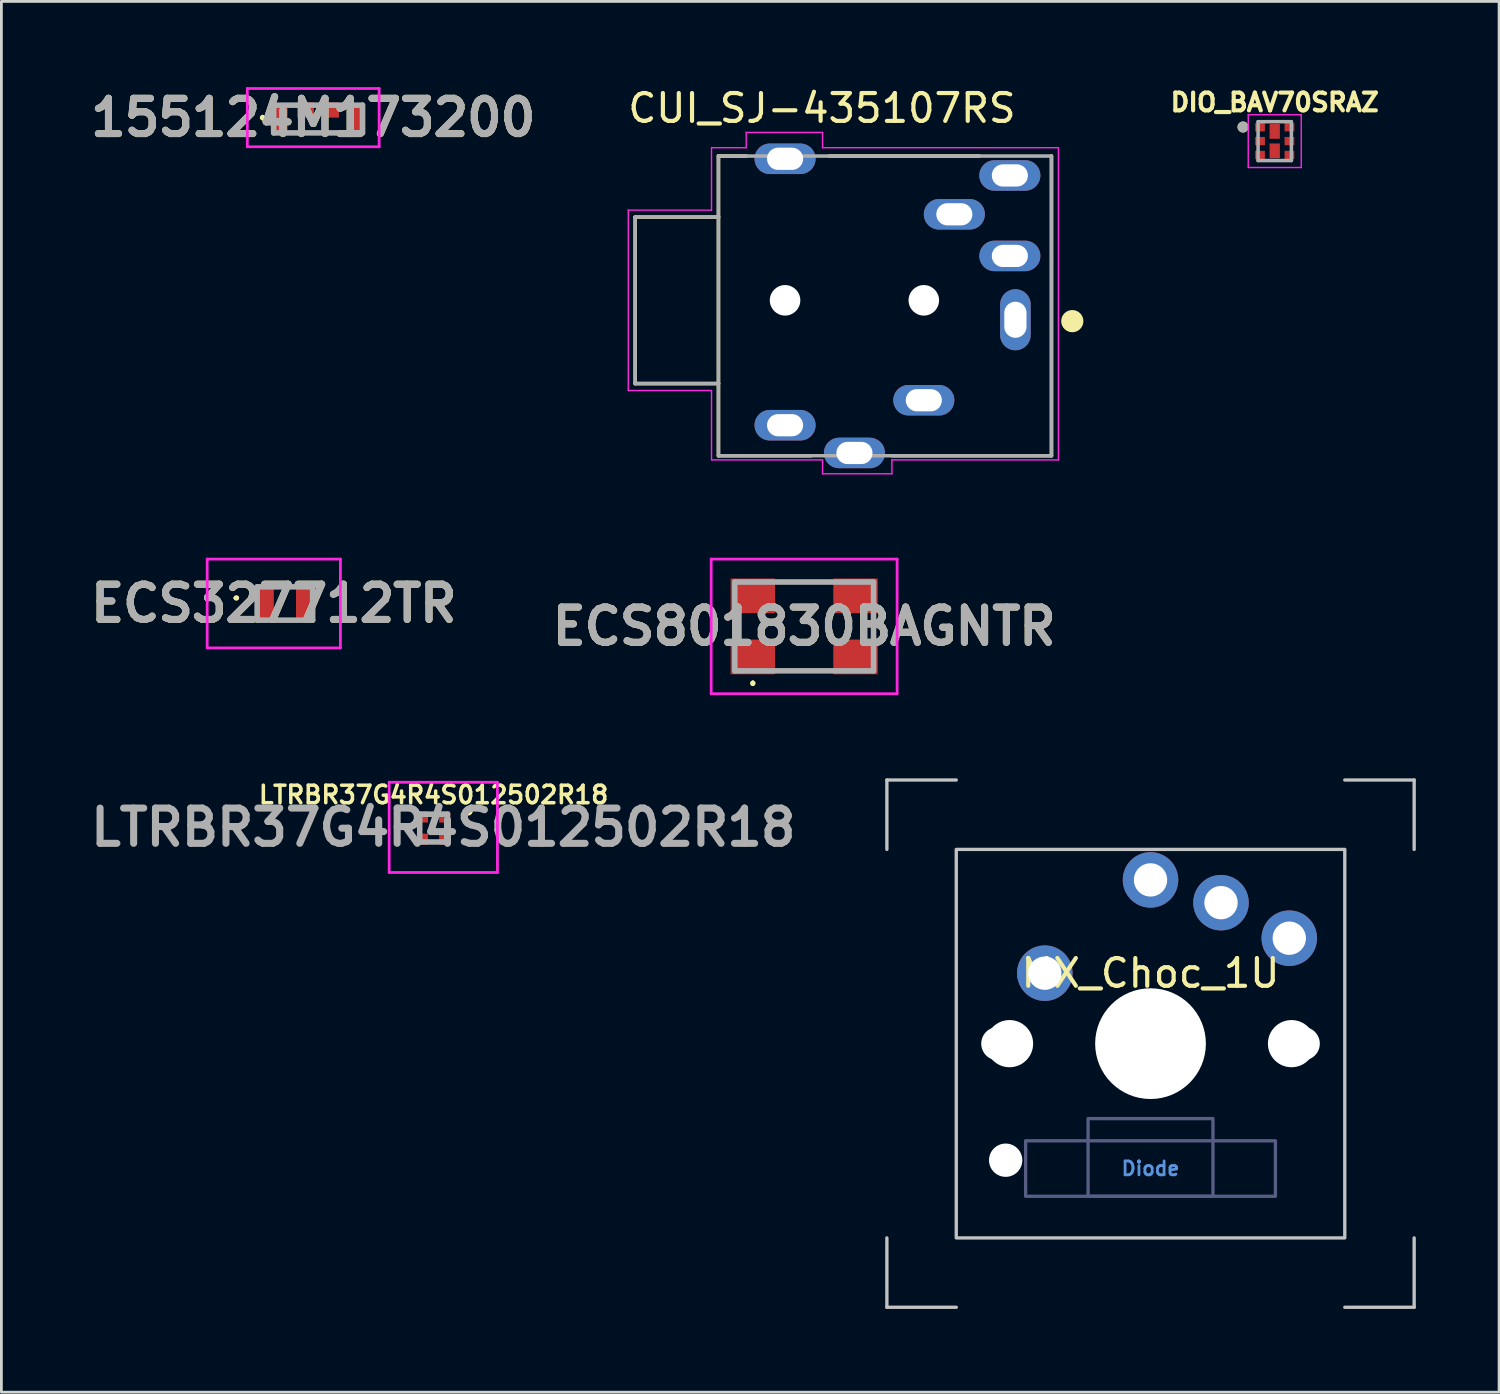
<source format=kicad_pcb>
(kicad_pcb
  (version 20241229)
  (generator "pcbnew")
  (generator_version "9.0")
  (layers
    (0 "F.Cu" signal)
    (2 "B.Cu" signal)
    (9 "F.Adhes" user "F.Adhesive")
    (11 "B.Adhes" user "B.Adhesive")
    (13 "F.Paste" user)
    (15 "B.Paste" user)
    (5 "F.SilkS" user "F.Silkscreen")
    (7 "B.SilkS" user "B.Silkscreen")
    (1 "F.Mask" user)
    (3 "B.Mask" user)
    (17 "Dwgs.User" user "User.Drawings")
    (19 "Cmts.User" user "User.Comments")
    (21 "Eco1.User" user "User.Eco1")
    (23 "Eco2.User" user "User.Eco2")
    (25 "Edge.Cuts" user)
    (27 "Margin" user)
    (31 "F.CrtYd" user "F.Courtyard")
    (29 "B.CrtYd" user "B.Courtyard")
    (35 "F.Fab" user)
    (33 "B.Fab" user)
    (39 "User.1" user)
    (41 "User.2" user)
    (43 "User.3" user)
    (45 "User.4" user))
  (footprint "DIO_BAV70SRAZ"
    (layer "F.Cu")
    (at 42.884 2.035)
    (property "Reference" "DIO_BAV70SRAZ" (at 0 -1.397 0) (layer "F.SilkS") (effects (font (size 0.64 0.64) (thickness 0.15))))
    (attr through_hole)
    (fp_poly (pts (xy -0.705 -0.65) (xy -0.355 -0.65) (xy -0.355 -0.35) (xy -0.705 -0.35)) (stroke (width 0.01) (type solid)) (fill yes) (layer "F.Mask"))
    (fp_poly (pts (xy -0.705 -0.15) (xy -0.355 -0.15) (xy -0.355 0.15) (xy -0.705 0.15)) (stroke (width 0.01) (type solid)) (fill yes) (layer "F.Mask"))
    (fp_poly (pts (xy -0.705 0.35) (xy -0.355 0.35) (xy -0.355 0.65) (xy -0.705 0.65)) (stroke (width 0.01) (type solid)) (fill yes) (layer "F.Mask"))
    (fp_poly (pts (xy -0.185 -0.615) (xy 0.185 -0.615) (xy 0.185 -0.085) (xy -0.185 -0.085)) (stroke (width 0.01) (type solid)) (fill yes) (layer "F.Mask"))
    (fp_poly (pts (xy -0.185 0.085) (xy 0.185 0.085) (xy 0.185 0.615) (xy -0.185 0.615)) (stroke (width 0.01) (type solid)) (fill yes) (layer "F.Mask"))
    (fp_poly (pts (xy 0.355 -0.65) (xy 0.705 -0.65) (xy 0.705 -0.35) (xy 0.355 -0.35)) (stroke (width 0.01) (type solid)) (fill yes) (layer "F.Mask"))
    (fp_poly (pts (xy 0.355 -0.15) (xy 0.705 -0.15) (xy 0.705 0.15) (xy 0.355 0.15)) (stroke (width 0.01) (type solid)) (fill yes) (layer "F.Mask"))
    (fp_poly (pts (xy 0.355 0.35) (xy 0.705 0.35) (xy 0.705 0.65) (xy 0.355 0.65)) (stroke (width 0.01) (type solid)) (fill yes) (layer "F.Mask"))
    (fp_circle (center -1.143 -0.508) (end -1.043 -0.508) (stroke (width 0.2) (type solid)) (fill no) (layer "F.SilkS"))
    (fp_poly (pts (xy -0.68 -0.625) (xy -0.38 -0.625) (xy -0.38 -0.375) (xy -0.68 -0.375)) (stroke (width 0.01) (type solid)) (fill yes) (layer "F.Paste"))
    (fp_poly (pts (xy -0.68 -0.125) (xy -0.38 -0.125) (xy -0.38 0.125) (xy -0.68 0.125)) (stroke (width 0.01) (type solid)) (fill yes) (layer "F.Paste"))
    (fp_poly (pts (xy -0.68 0.375) (xy -0.38 0.375) (xy -0.38 0.625) (xy -0.68 0.625)) (stroke (width 0.01) (type solid)) (fill yes) (layer "F.Paste"))
    (fp_poly (pts (xy -0.135 -0.565) (xy 0.135 -0.565) (xy 0.135 -0.135) (xy -0.135 -0.135)) (stroke (width 0.01) (type solid)) (fill yes) (layer "F.Paste"))
    (fp_poly (pts (xy -0.135 0.135) (xy 0.135 0.135) (xy 0.135 0.565) (xy -0.135 0.565)) (stroke (width 0.01) (type solid)) (fill yes) (layer "F.Paste"))
    (fp_poly (pts (xy 0.38 -0.625) (xy 0.68 -0.625) (xy 0.68 -0.375) (xy 0.38 -0.375)) (stroke (width 0.01) (type solid)) (fill yes) (layer "F.Paste"))
    (fp_poly (pts (xy 0.38 -0.125) (xy 0.68 -0.125) (xy 0.68 0.125) (xy 0.38 0.125)) (stroke (width 0.01) (type solid)) (fill yes) (layer "F.Paste"))
    (fp_poly (pts (xy 0.38 0.375) (xy 0.68 0.375) (xy 0.68 0.625) (xy 0.38 0.625)) (stroke (width 0.01) (type solid)) (fill yes) (layer "F.Paste"))
    (fp_line (start -0.955 -0.95) (end -0.955 0.95) (stroke (width 0.05) (type solid)) (layer "F.CrtYd"))
    (fp_line (start -0.955 0.95) (end 0.955 0.95) (stroke (width 0.05) (type solid)) (layer "F.CrtYd"))
    (fp_line (start 0.955 -0.95) (end -0.955 -0.95) (stroke (width 0.05) (type solid)) (layer "F.CrtYd"))
    (fp_line (start 0.955 0.95) (end 0.955 -0.95) (stroke (width 0.05) (type solid)) (layer "F.CrtYd"))
    (fp_line (start -0.6 -0.7) (end -0.6 0.7) (stroke (width 0.127) (type solid)) (layer "F.Fab"))
    (fp_line (start -0.6 0.7) (end 0.6 0.7) (stroke (width 0.127) (type solid)) (layer "F.Fab"))
    (fp_line (start 0.6 -0.7) (end -0.6 -0.7) (stroke (width 0.127) (type solid)) (layer "F.Fab"))
    (fp_line (start 0.6 0.7) (end 0.6 -0.7) (stroke (width 0.127) (type solid)) (layer "F.Fab"))
    (fp_circle (center -1.143 -0.508) (end -1.043 -0.508) (stroke (width 0.2) (type solid)) (fill no) (layer "F.Fab"))
    (pad "1" smd rect (at -0.53 -0.5) (size 0.35 0.3) (layers "F.Cu"))
    (pad "2" smd rect (at -0.53 0) (size 0.35 0.3) (layers "F.Cu"))
    (pad "3" smd rect (at -0.53 0.5) (size 0.35 0.3) (layers "F.Cu"))
    (pad "4" smd rect (at 0.53 0.5) (size 0.35 0.3) (layers "F.Cu"))
    (pad "5" smd rect (at 0.53 0) (size 0.35 0.3) (layers "F.Cu"))
    (pad "6" smd rect (at 0.53 -0.5) (size 0.35 0.3) (layers "F.Cu"))
    (pad "7" smd rect (at 0 -0.35) (size 0.37 0.53) (layers "F.Cu"))
    (pad "8" smd rect (at 0 0.35) (size 0.37 0.53) (layers "F.Cu")))
  (footprint "MX_Choc_1U"
    (layer "F.Cu")
    (at 38.408 34.557)
    (property "Reference" "MX_Choc_1U" (at 0 -2.54 0) (unlocked yes) (layer "F.SilkS") (effects (font (size 1 1) (thickness 0.15))))
    (attr through_hole)
    (fp_line (start -9.5 -9.5) (end -9.5 -7) (stroke (width 0.12) (type solid)) (layer "Dwgs.User"))
    (fp_line (start -9.5 -9.5) (end -7 -9.5) (stroke (width 0.12) (type solid)) (layer "Dwgs.User"))
    (fp_line (start -9.5 7) (end -9.5 9.5) (stroke (width 0.12) (type solid)) (layer "Dwgs.User"))
    (fp_line (start -9.5 9.5) (end -7 9.5) (stroke (width 0.12) (type solid)) (layer "Dwgs.User"))
    (fp_line (start 7 -9.5) (end 9.5 -9.5) (stroke (width 0.12) (type solid)) (layer "Dwgs.User"))
    (fp_line (start 7 9.5) (end 9.5 9.5) (stroke (width 0.12) (type solid)) (layer "Dwgs.User"))
    (fp_line (start 9.5 -9.5) (end 9.5 -7) (stroke (width 0.12) (type solid)) (layer "Dwgs.User"))
    (fp_line (start 9.5 7) (end 9.5 9.5) (stroke (width 0.12) (type solid)) (layer "Dwgs.User"))
    (fp_rect (start -7 -7) (end 7 7) (stroke (width 0.12) (type solid)) (fill no) (layer "Dwgs.User"))
    (fp_rect (start -4.5 3.5) (end 4.5 5.5) (stroke (width 0.12) (type solid)) (fill no) (layer "B.Fab"))
    (fp_rect (start -2.25 2.7) (end 2.25 5.5) (stroke (width 0.12) (type solid)) (fill no) (layer "B.Fab"))
    (fp_text user "Diode" (at 0 4.5 0) (unlocked yes) (layer "Cmts.User") (effects (font (size 0.5 0.5) (thickness 0.1))))
    (pad "" np_thru_hole circle (at -5.5 0) (size 1.2 1.2) (drill 1.2) (layers "*.Cu" "*.Mask"))
    (pad "" np_thru_hole circle (at -5.22 4.2) (size 1.2 1.2) (drill 1.2) (layers "*.Cu" "*.Mask"))
    (pad "" np_thru_hole circle (at -5.08 0) (size 1.7 1.7) (drill 1.7) (layers "*.Cu" "*.Mask"))
    (pad "" np_thru_hole circle (at 0 0) (size 3.99 3.99) (drill 3.99) (layers "*.Cu" "*.Mask"))
    (pad "" np_thru_hole circle (at 5.08 0) (size 1.7 1.7) (drill 1.7) (layers "*.Cu" "*.Mask"))
    (pad "" np_thru_hole circle (at 5.5 0) (size 1.2 1.2) (drill 1.2) (layers "*.Cu" "*.Mask"))
    (pad "1" thru_hole circle (at 2.54 -5.08) (size 2 2) (drill 1.2) (layers "*.Cu" "*.Mask"))
    (pad "1" thru_hole circle (at 5 -3.8) (size 2 2) (drill 1.2) (layers "*.Cu" "*.Mask"))
    (pad "2" thru_hole circle (at -3.81 -2.54) (size 2 2) (drill 1.2) (layers "*.Cu" "*.Mask"))
    (pad "2" thru_hole circle (at 0 -5.9) (size 2 2) (drill 1.2) (layers "*.Cu" "*.Mask")))
  (footprint "ECS327712TR"
    (layer "F.Cu")
    (at 7.216 18.697)
    (property "Reference" "ECS327712TR" (at -0.4 0 0) (layer "F.SilkS") (effects (font (size 1.27 1.27) (thickness 0.254))))
    (attr smd)
    (fp_line (start -1.8 -0.2) (end -1.8 -0.2) (stroke (width 0.1) (type solid)) (layer "F.SilkS"))
    (fp_line (start -1.7 -0.2) (end -1.7 -0.2) (stroke (width 0.1) (type solid)) (layer "F.SilkS"))
    (fp_line (start -0.2 -0.6) (end 0.2 -0.6) (stroke (width 0.1) (type solid)) (layer "F.SilkS"))
    (fp_line (start -0.2 0.6) (end 0.2 0.6) (stroke (width 0.1) (type solid)) (layer "F.SilkS"))
    (fp_arc (start -1.8 -0.2) (mid -1.75 -0.25) (end -1.7 -0.2) (stroke (width 0.1) (type solid)) (layer "F.SilkS"))
    (fp_arc (start -1.7 -0.2) (mid -1.75 -0.15) (end -1.8 -0.2) (stroke (width 0.1) (type solid)) (layer "F.SilkS"))
    (fp_line (start -2.8 -1.6) (end 2 -1.6) (stroke (width 0.1) (type solid)) (layer "F.CrtYd"))
    (fp_line (start -2.8 1.6) (end -2.8 -1.6) (stroke (width 0.1) (type solid)) (layer "F.CrtYd"))
    (fp_line (start 2 -1.6) (end 2 1.6) (stroke (width 0.1) (type solid)) (layer "F.CrtYd"))
    (fp_line (start 2 1.6) (end -2.8 1.6) (stroke (width 0.1) (type solid)) (layer "F.CrtYd"))
    (fp_line (start -1 -0.6) (end 1 -0.6) (stroke (width 0.2) (type solid)) (layer "F.Fab"))
    (fp_line (start -1 0.6) (end -1 -0.6) (stroke (width 0.2) (type solid)) (layer "F.Fab"))
    (fp_line (start 1 -0.6) (end 1 0.6) (stroke (width 0.2) (type solid)) (layer "F.Fab"))
    (fp_line (start 1 0.6) (end -1 0.6) (stroke (width 0.2) (type solid)) (layer "F.Fab"))
    (fp_text user "${REFERENCE}" (at -0.4 0 0) (layer "F.Fab") (effects (font (size 1.27 1.27) (thickness 0.254))))
    (pad "1" smd rect (at -0.7 0) (size 0.6 1.1) (layers "F.Cu" "F.Mask" "F.Paste"))
    (pad "2" smd rect (at 0.7 0) (size 0.6 1.1) (layers "F.Cu" "F.Mask" "F.Paste")))
  (footprint "LTRBR37G4R4S012502R18"
    (layer "F.Cu")
    (at 12.574 26.789)
    (property "Reference" "LTRBR37G4R4S012502R18" (at 0 -1.2 180) (layer "F.SilkS") (effects (font (size 0.63 0.63) (thickness 0.127))))
    (attr smd)
    (fp_line (start 1.2 -0.6) (end 1.2 -0.6) (stroke (width 0.2) (type solid)) (layer "F.SilkS"))
    (fp_line (start 1.3 -0.6) (end 1.3 -0.6) (stroke (width 0.2) (type solid)) (layer "F.SilkS"))
    (fp_arc (start 1.2 -0.6) (mid 1.25 -0.65) (end 1.3 -0.6) (stroke (width 0.2) (type solid)) (layer "F.SilkS"))
    (fp_arc (start 1.3 -0.6) (mid 1.25 -0.55) (end 1.2 -0.6) (stroke (width 0.2) (type solid)) (layer "F.SilkS"))
    (fp_line (start -1.6 -1.65) (end 2.3 -1.65) (stroke (width 0.1) (type solid)) (layer "F.CrtYd"))
    (fp_line (start -1.6 1.6) (end -1.6 -1.65) (stroke (width 0.1) (type solid)) (layer "F.CrtYd"))
    (fp_line (start 2.3 -1.65) (end 2.3 1.6) (stroke (width 0.1) (type solid)) (layer "F.CrtYd"))
    (fp_line (start 2.3 1.6) (end -1.6 1.6) (stroke (width 0.1) (type solid)) (layer "F.CrtYd"))
    (fp_line (start -0.5 -0.5) (end 0.5 -0.5) (stroke (width 0.2) (type solid)) (layer "F.Fab"))
    (fp_line (start -0.5 0.5) (end -0.5 -0.5) (stroke (width 0.2) (type solid)) (layer "F.Fab"))
    (fp_line (start 0.5 -0.5) (end 0.5 0.5) (stroke (width 0.2) (type solid)) (layer "F.Fab"))
    (fp_line (start 0.5 0.5) (end -0.5 0.5) (stroke (width 0.2) (type solid)) (layer "F.Fab"))
    (fp_text user "${REFERENCE}" (at 0.35 -0.025 0) (layer "F.Fab") (effects (font (size 1.27 1.27) (thickness 0.254))))
    (pad "1" smd rect (at 0.4 -0.4) (size 0.4 0.4) (layers "F.Cu" "F.Mask" "F.Paste"))
    (pad "2" smd rect (at -0.4 0.4) (size 0.4 0.4) (layers "F.Cu" "F.Mask" "F.Paste"))
    (pad "3" smd rect (at 0.4 0.4) (size 0.4 0.4) (layers "F.Cu" "F.Mask" "F.Paste"))
    (pad "4" smd rect (at -0.4 -0.4) (size 0.4 0.4) (layers "F.Cu" "F.Mask" "F.Paste")))
  (footprint "ECS801830BAGNTR"
    (layer "F.Cu")
    (at 25.927 19.522)
    (property "Reference" "ECS801830BAGNTR" (at 0 0 0) (layer "F.SilkS") (effects (font (size 1.27 1.27) (thickness 0.254))))
    (attr smd)
    (fp_line (start -1.85 2) (end -1.85 2) (stroke (width 0.1) (type solid)) (layer "F.SilkS"))
    (fp_line (start -1.85 2.1) (end -1.85 2.1) (stroke (width 0.1) (type solid)) (layer "F.SilkS"))
    (fp_line (start -0.5 -1.6) (end 0.5 -1.6) (stroke (width 0.1) (type solid)) (layer "F.SilkS"))
    (fp_line (start -0.5 1.6) (end 0.5 1.6) (stroke (width 0.1) (type solid)) (layer "F.SilkS"))
    (fp_arc (start -1.85 2) (mid -1.8 2.05) (end -1.85 2.1) (stroke (width 0.1) (type solid)) (layer "F.SilkS"))
    (fp_arc (start -1.85 2.1) (mid -1.9 2.05) (end -1.85 2) (stroke (width 0.1) (type solid)) (layer "F.SilkS"))
    (fp_line (start -3.35 -2.425) (end 3.35 -2.425) (stroke (width 0.1) (type solid)) (layer "F.CrtYd"))
    (fp_line (start -3.35 2.425) (end -3.35 -2.425) (stroke (width 0.1) (type solid)) (layer "F.CrtYd"))
    (fp_line (start 3.35 -2.425) (end 3.35 2.425) (stroke (width 0.1) (type solid)) (layer "F.CrtYd"))
    (fp_line (start 3.35 2.425) (end -3.35 2.425) (stroke (width 0.1) (type solid)) (layer "F.CrtYd"))
    (fp_line (start -2.5 -1.6) (end 2.5 -1.6) (stroke (width 0.2) (type solid)) (layer "F.Fab"))
    (fp_line (start -2.5 1.6) (end -2.5 -1.6) (stroke (width 0.2) (type solid)) (layer "F.Fab"))
    (fp_line (start 2.5 -1.6) (end 2.5 1.6) (stroke (width 0.2) (type solid)) (layer "F.Fab"))
    (fp_line (start 2.5 1.6) (end -2.5 1.6) (stroke (width 0.2) (type solid)) (layer "F.Fab"))
    (fp_text user "${REFERENCE}" (at 0 0 0) (layer "F.Fab") (effects (font (size 1.27 1.27) (thickness 0.254))))
    (pad "1" smd rect (at -1.85 1.1 90) (size 1.25 1.6) (layers "F.Cu" "F.Mask" "F.Paste"))
    (pad "2" smd rect (at 1.85 1.1 90) (size 1.25 1.6) (layers "F.Cu" "F.Mask" "F.Paste"))
    (pad "3" smd rect (at 1.85 -1.1 90) (size 1.25 1.6) (layers "F.Cu" "F.Mask" "F.Paste"))
    (pad "4" smd rect (at -1.85 -1.1 90) (size 1.25 1.6) (layers "F.Cu" "F.Mask" "F.Paste")))
  (footprint "155124M173200"
    (layer "F.Cu")
    (at 8.412 1.239)
    (property "Reference" "155124M173200" (at -0.175 -0.05 0) (layer "F.SilkS") (effects (font (size 1.27 1.27) (thickness 0.254))))
    (attr smd)
    (fp_line (start -2 -0.1) (end -2 -0.1) (stroke (width 0.1) (type solid)) (layer "F.SilkS"))
    (fp_line (start -2 0) (end -2 0) (stroke (width 0.1) (type solid)) (layer "F.SilkS"))
    (fp_line (start -0.8 0.5) (end 0.8 0.5) (stroke (width 0.1) (type solid)) (layer "F.SilkS"))
    (fp_arc (start -2 -0.1) (mid -1.95 -0.05) (end -2 0) (stroke (width 0.1) (type solid)) (layer "F.SilkS"))
    (fp_arc (start -2 0) (mid -2.05 -0.05) (end -2 -0.1) (stroke (width 0.1) (type solid)) (layer "F.SilkS"))
    (fp_line (start -2.55 -1.1) (end 2.2 -1.1) (stroke (width 0.1) (type solid)) (layer "F.CrtYd"))
    (fp_line (start -2.55 1) (end -2.55 -1.1) (stroke (width 0.1) (type solid)) (layer "F.CrtYd"))
    (fp_line (start 2.2 -1.1) (end 2.2 1) (stroke (width 0.1) (type solid)) (layer "F.CrtYd"))
    (fp_line (start 2.2 1) (end -2.55 1) (stroke (width 0.1) (type solid)) (layer "F.CrtYd"))
    (fp_line (start -1.6 -0.5) (end 1.6 -0.5) (stroke (width 0.2) (type solid)) (layer "F.Fab"))
    (fp_line (start -1.6 0.5) (end -1.6 -0.5) (stroke (width 0.2) (type solid)) (layer "F.Fab"))
    (fp_line (start 1.6 -0.5) (end 1.6 0.5) (stroke (width 0.2) (type solid)) (layer "F.Fab"))
    (fp_line (start 1.6 0.5) (end -1.6 0.5) (stroke (width 0.2) (type solid)) (layer "F.Fab"))
    (fp_text user "${REFERENCE}" (at -0.175 -0.05 0) (layer "F.Fab") (effects (font (size 1.27 1.27) (thickness 0.254))))
    (pad "1" smd rect (at -1.4 0) (size 0.6 0.9) (layers "F.Cu" "F.Mask" "F.Paste"))
    (pad "2" smd rect (at -0.45 -0.325 90) (size 0.55 0.6) (layers "F.Cu" "F.Mask" "F.Paste"))
    (pad "3" smd rect (at 0.45 -0.325 90) (size 0.55 0.6) (layers "F.Cu" "F.Mask" "F.Paste"))
    (pad "4" smd rect (at 1.4 0) (size 0.6 0.9) (layers "F.Cu" "F.Mask" "F.Paste")))
  (footprint "CUI_SJ-435107RS"
    (layer "F.Cu")
    (at 28.839 7.772)
    (property "Reference" "CUI_SJ-435107RS" (at -2.271 -6.923 0) (layer "F.SilkS") (effects (font (size 1.003 1.003) (thickness 0.15))))
    (attr through_hole)
    (fp_line (start -9 -3) (end -9 3) (stroke (width 0.127) (type solid)) (layer "F.SilkS"))
    (fp_line (start -9 3) (end -6 3) (stroke (width 0.127) (type solid)) (layer "F.SilkS"))
    (fp_line (start -6 -5.2) (end -6 -3) (stroke (width 0.127) (type solid)) (layer "F.SilkS"))
    (fp_line (start -6 -3) (end -9 -3) (stroke (width 0.127) (type solid)) (layer "F.SilkS"))
    (fp_line (start -6 -3) (end -6 3) (stroke (width 0.127) (type solid)) (layer "F.SilkS"))
    (fp_line (start -6 3) (end -6 5.6) (stroke (width 0.127) (type solid)) (layer "F.SilkS"))
    (fp_line (start -6 5.6) (end -2.65 5.6) (stroke (width 0.127) (type solid)) (layer "F.SilkS"))
    (fp_line (start -5 -5.2) (end -6 -5.2) (stroke (width 0.127) (type solid)) (layer "F.SilkS"))
    (fp_line (start -2 -5.2) (end 3.4 -5.2) (stroke (width 0.127) (type solid)) (layer "F.SilkS"))
    (fp_line (start 0.25 5.6) (end 6 5.6) (stroke (width 0.127) (type solid)) (layer "F.SilkS"))
    (fp_line (start 6 5.6) (end 6 -5.2) (stroke (width 0.127) (type solid)) (layer "F.SilkS"))
    (fp_circle (center 6.75 0.75) (end 6.95 0.75) (stroke (width 0.4) (type solid)) (fill no) (layer "F.SilkS"))
    (fp_line (start -9.25 -3.25) (end -6.25 -3.25) (stroke (width 0.05) (type solid)) (layer "F.CrtYd"))
    (fp_line (start -9.25 3.25) (end -9.25 -3.25) (stroke (width 0.05) (type solid)) (layer "F.CrtYd"))
    (fp_line (start -6.25 -5.5) (end -5 -5.5) (stroke (width 0.05) (type solid)) (layer "F.CrtYd"))
    (fp_line (start -6.25 -3.25) (end -6.25 -5.5) (stroke (width 0.05) (type solid)) (layer "F.CrtYd"))
    (fp_line (start -6.25 3.25) (end -9.25 3.25) (stroke (width 0.05) (type solid)) (layer "F.CrtYd"))
    (fp_line (start -6.25 5.75) (end -6.25 3.25) (stroke (width 0.05) (type solid)) (layer "F.CrtYd"))
    (fp_line (start -5 -6.05) (end -2.25 -6.05) (stroke (width 0.05) (type solid)) (layer "F.CrtYd"))
    (fp_line (start -5 -5.5) (end -5 -6.05) (stroke (width 0.05) (type solid)) (layer "F.CrtYd"))
    (fp_line (start -2.25 -6.05) (end -2.25 -5.5) (stroke (width 0.05) (type solid)) (layer "F.CrtYd"))
    (fp_line (start -2.25 -5.5) (end 6.25 -5.5) (stroke (width 0.05) (type solid)) (layer "F.CrtYd"))
    (fp_line (start -2.25 5.75) (end -6.25 5.75) (stroke (width 0.05) (type solid)) (layer "F.CrtYd"))
    (fp_line (start -2.25 6.25) (end -2.25 5.75) (stroke (width 0.05) (type solid)) (layer "F.CrtYd"))
    (fp_line (start 0.25 5.75) (end 0.25 6.25) (stroke (width 0.05) (type solid)) (layer "F.CrtYd"))
    (fp_line (start 0.25 6.25) (end -2.25 6.25) (stroke (width 0.05) (type solid)) (layer "F.CrtYd"))
    (fp_line (start 6.25 -5.5) (end 6.25 5.75) (stroke (width 0.05) (type solid)) (layer "F.CrtYd"))
    (fp_line (start 6.25 5.75) (end 0.25 5.75) (stroke (width 0.05) (type solid)) (layer "F.CrtYd"))
    (fp_line (start -9 -3) (end -9 3) (stroke (width 0.127) (type solid)) (layer "F.Fab"))
    (fp_line (start -6 -5.2) (end 6 -5.2) (stroke (width 0.127) (type solid)) (layer "F.Fab"))
    (fp_line (start -6 -3) (end -9 -3) (stroke (width 0.127) (type solid)) (layer "F.Fab"))
    (fp_line (start -6 -3) (end -6 -5.2) (stroke (width 0.127) (type solid)) (layer "F.Fab"))
    (fp_line (start -6 3) (end -9 3) (stroke (width 0.127) (type solid)) (layer "F.Fab"))
    (fp_line (start -6 3) (end -6 -3) (stroke (width 0.127) (type solid)) (layer "F.Fab"))
    (fp_line (start -6 5.6) (end -6 3) (stroke (width 0.127) (type solid)) (layer "F.Fab"))
    (fp_line (start 6 -5.2) (end 6 5.6) (stroke (width 0.127) (type solid)) (layer "F.Fab"))
    (fp_line (start 6 5.6) (end -6 5.6) (stroke (width 0.127) (type solid)) (layer "F.Fab"))
    (pad "" np_thru_hole circle (at -3.6 0) (size 1.1 1.1) (drill 1.1) (layers "*.Cu" "*.Mask"))
    (pad "" np_thru_hole circle (at 1.4 0) (size 1.1 1.1) (drill 1.1) (layers "*.Cu" "*.Mask"))
    (pad "1" thru_hole oval (at 4.7 0.7) (size 1.1 2.2) (drill oval 0.8 1.3) (layers "*.Cu" "*.Mask"))
    (pad "2" thru_hole oval (at 1.4 3.6) (size 2.2 1.1) (drill oval 1.3 0.8) (layers "*.Cu" "*.Mask"))
    (pad "3" thru_hole oval (at 4.5 -1.6) (size 2.2 1.1) (drill oval 1.3 0.8) (layers "*.Cu" "*.Mask"))
    (pad "4" thru_hole oval (at -3.6 4.5) (size 2.2 1.1) (drill oval 1.3 0.8) (layers "*.Cu" "*.Mask"))
    (pad "5" thru_hole oval (at 2.5 -3.1) (size 2.2 1.1) (drill oval 1.3 0.8) (layers "*.Cu" "*.Mask"))
    (pad "6" thru_hole oval (at 4.5 -4.5) (size 2.2 1.1) (drill oval 1.3 0.8) (layers "*.Cu" "*.Mask"))
    (pad "SH1" thru_hole oval (at -3.6 -5.1) (size 2.2 1.1) (drill oval 1.3 0.8) (layers "*.Cu" "*.Mask"))
    (pad "SH2" thru_hole oval (at -1.1 5.5) (size 2.2 1.1) (drill oval 1.3 0.8) (layers "*.Cu" "*.Mask")))
  (gr_rect
    (start -3 -3)
    (end 50.968 47.117)
    (stroke (width 0.1) (type default))
    (fill no)
    (layer "Edge.Cuts")))
</source>
